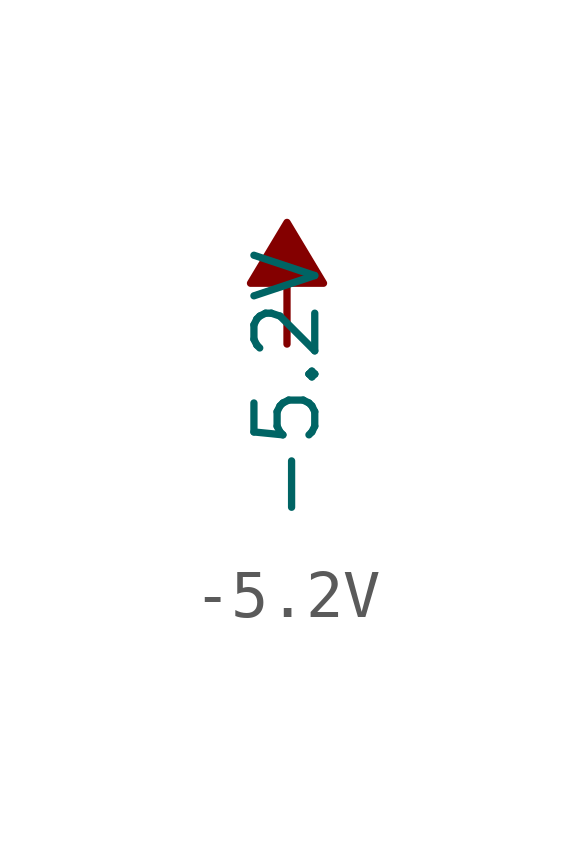
<source format=kicad_sym>
(kicad_symbol_lib
  (version 20211014)
  (generator kicad_symbol_editor)
  (symbol "-5.2V"
    (power)
    (pin_names
      (offset 0))
    (property "Reference" "#PWR030"
      (at 0 -2.54 0)
      (effects (font (size 1.27 1.27)) hide))
    (property "Value" "-5.2V"
      (at -0.0001 -3.81 90)
      (effects (font (size 1.27 1.27)) (justify left)))
    (symbol "-5.2V_0_0"
      (pin power_in line (at 0 0 90) (length 0) hide (name "-5V" (effects (font (size 1.27 1.27)))) (number "1" (effects (font (size 1.27 1.27))))))
    (symbol "-5.2V_0_1"
      (polyline (pts (xy 0 0) (xy 0 1.27) (xy 0.762 1.27) (xy 0 2.54) (xy -0.762 1.27) (xy 0 1.27)) (stroke (width 0) (type default) (color 0 0 0 0)) (fill (type outline))))))
</source>
